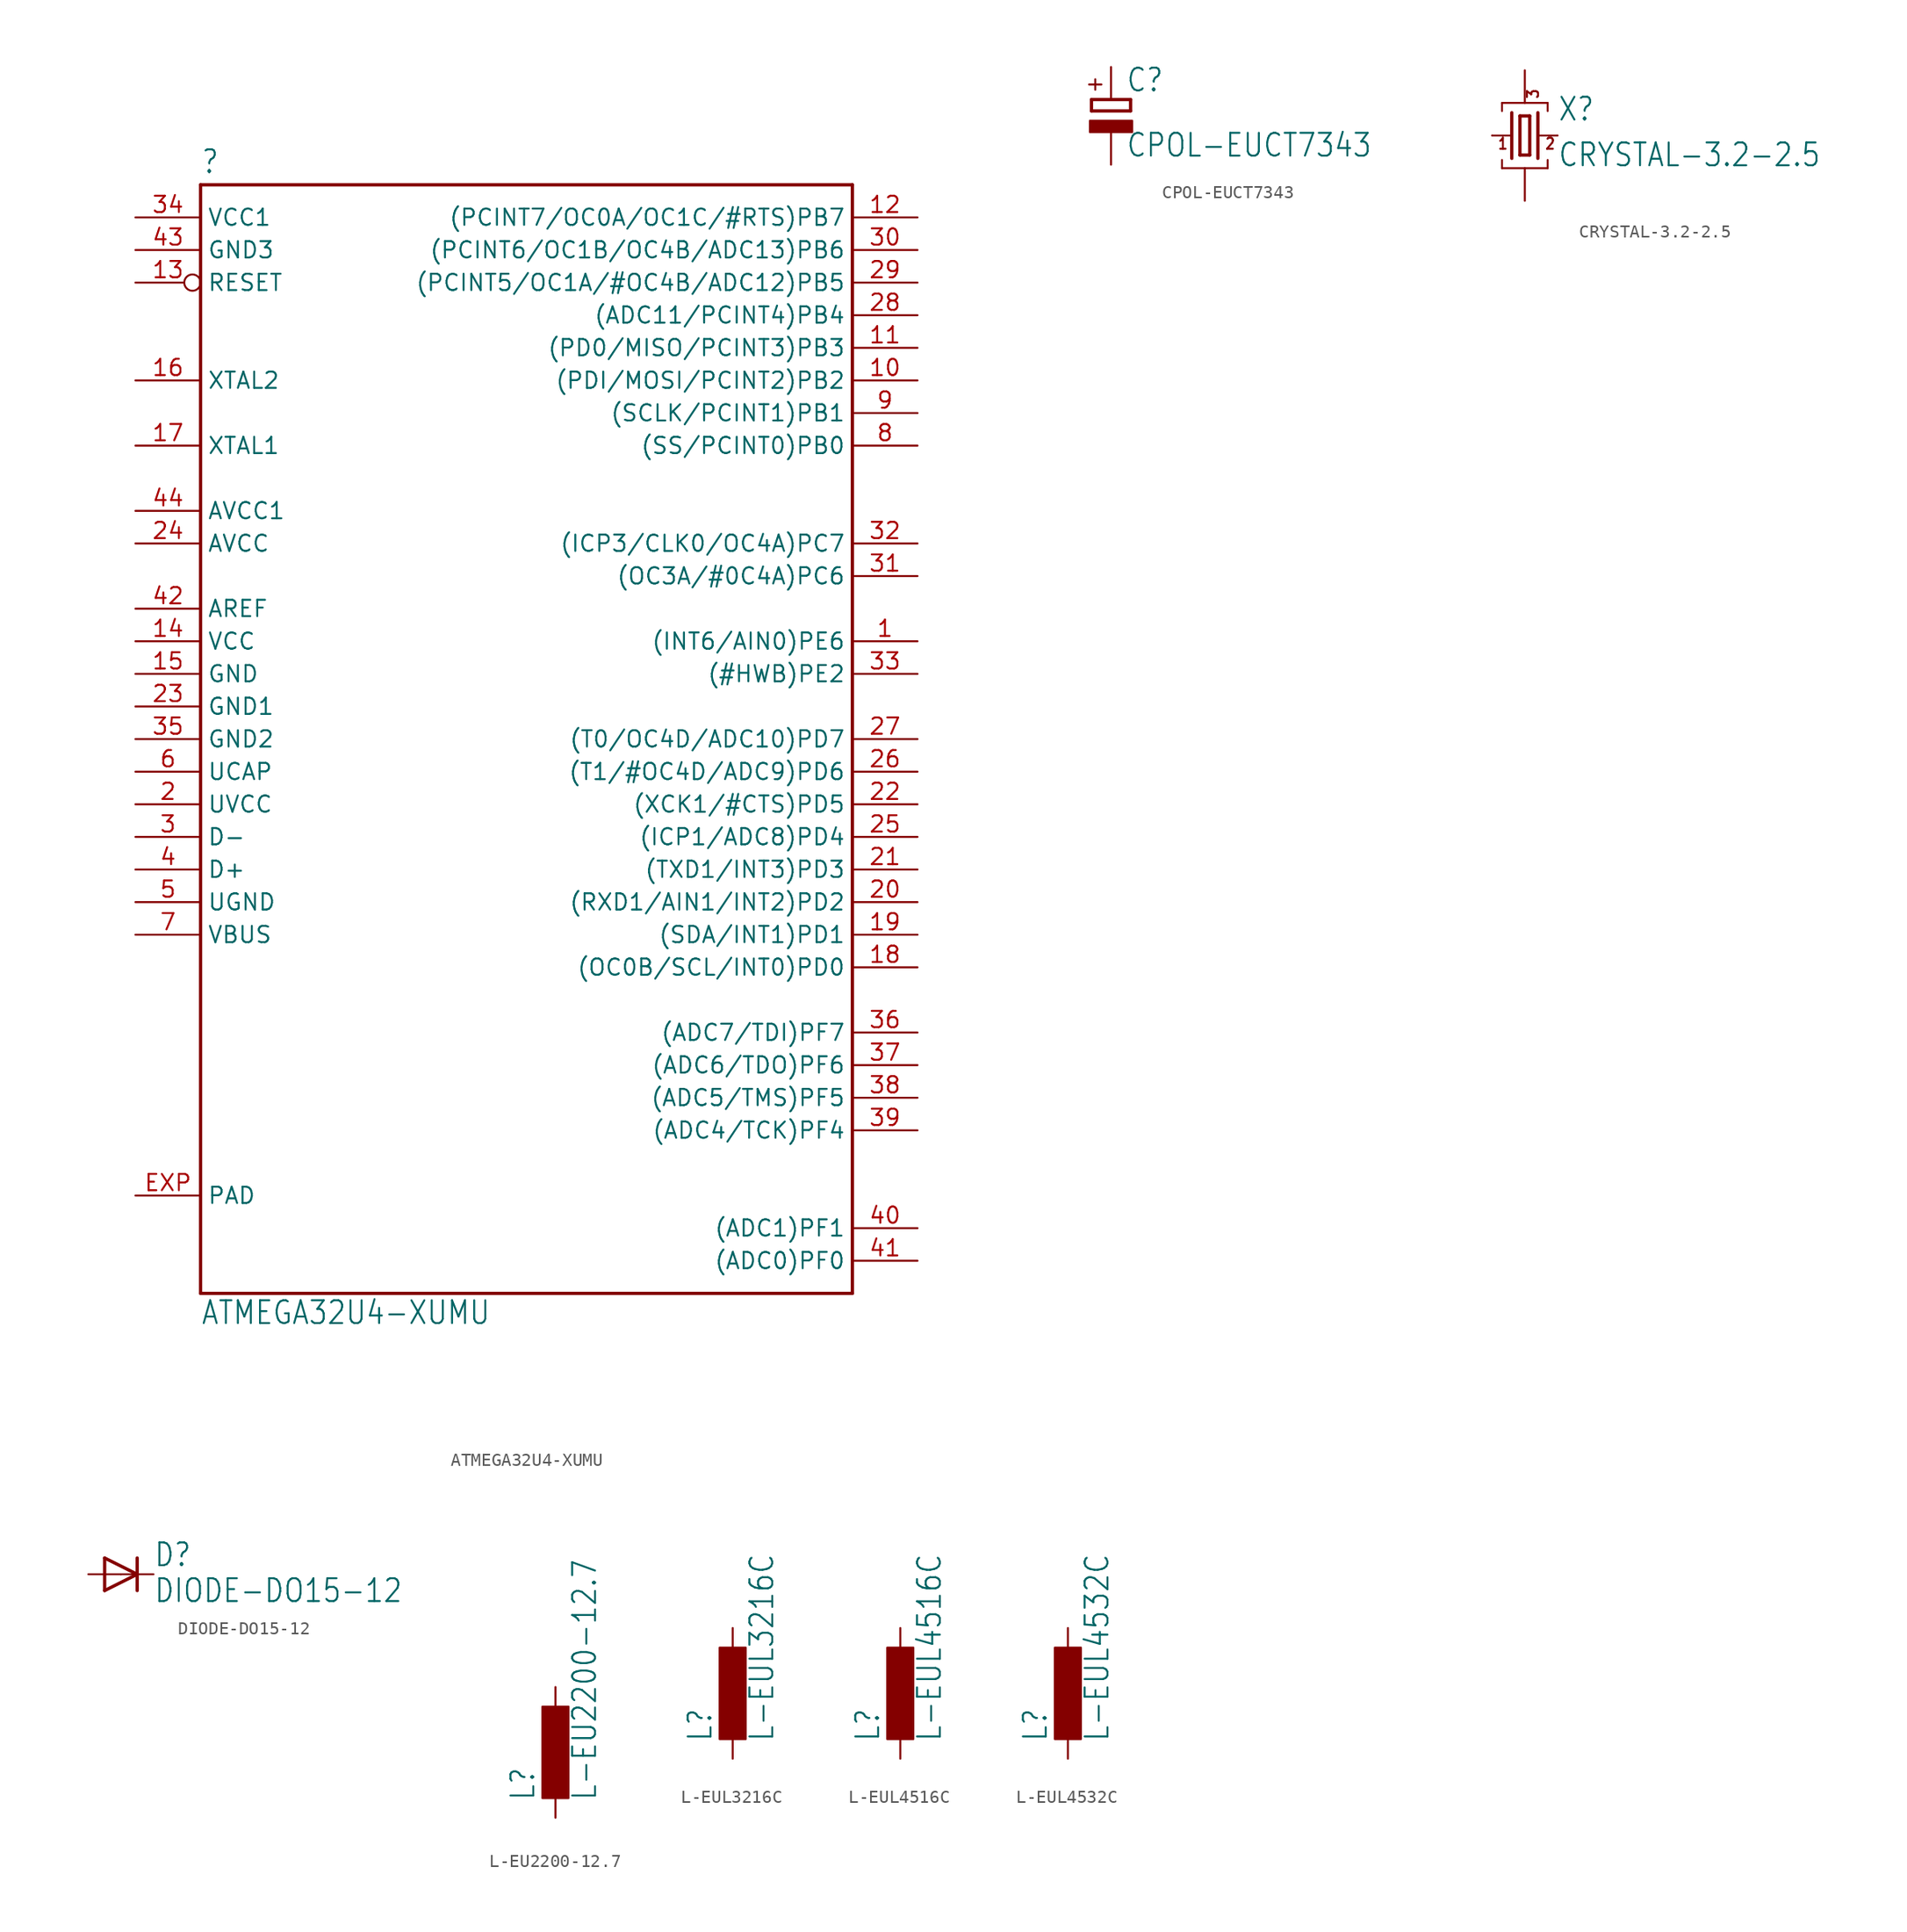
<source format=kicad_sym>
(kicad_symbol_lib
  (version 20211014)
  (generator kicad_symbol_editor)
  (symbol "ATMEGA32U4-XUMU"
    (property "Reference" ""
      (at -20.32 26.162 0)
      (effects (font (size 1.778 1.511)) (justify left bottom)))
    (property "Value" "ATMEGA32U4-XUMU"
      (at -20.32 -63.5 0)
      (effects (font (size 1.778 1.511)) (justify left bottom)))
    (property "ki_locked" ""
      (at 0 0 0)
      (effects (font (size 1.27 1.27))))
    (symbol "ATMEGA32U4-XUMU_1_0"
      (polyline (pts (xy -20.32 -60.96) (xy -20.32 25.4)) (stroke (width 0.254) (type default) (color 0 0 0 0)) (fill (type none)))
      (polyline (pts (xy -20.32 25.4) (xy 30.48 25.4)) (stroke (width 0.254) (type default) (color 0 0 0 0)) (fill (type none)))
      (polyline (pts (xy 30.48 -60.96) (xy -20.32 -60.96)) (stroke (width 0.254) (type default) (color 0 0 0 0)) (fill (type none)))
      (polyline (pts (xy 30.48 25.4) (xy 30.48 -60.96)) (stroke (width 0.254) (type default) (color 0 0 0 0)) (fill (type none)))
      (pin bidirectional line (at 35.56 -10.16 180) (length 5.08) (name "(INT6/AIN0)PE6" (effects (font (size 1.27 1.27)))) (number "1" (effects (font (size 1.27 1.27)))))
      (pin bidirectional line (at 35.56 10.16 180) (length 5.08) (name "(PDI/MOSI/PCINT2)PB2" (effects (font (size 1.27 1.27)))) (number "10" (effects (font (size 1.27 1.27)))))
      (pin bidirectional line (at 35.56 12.7 180) (length 5.08) (name "(PD0/MISO/PCINT3)PB3" (effects (font (size 1.27 1.27)))) (number "11" (effects (font (size 1.27 1.27)))))
      (pin bidirectional line (at 35.56 22.86 180) (length 5.08) (name "(PCINT7/OC0A/OC1C/#RTS)PB7" (effects (font (size 1.27 1.27)))) (number "12" (effects (font (size 1.27 1.27)))))
      (pin input inverted (at -25.4 17.78 0) (length 5.08) (name "RESET" (effects (font (size 1.27 1.27)))) (number "13" (effects (font (size 1.27 1.27)))))
      (pin power_in line (at -25.4 -10.16 0) (length 5.08) (name "VCC" (effects (font (size 1.27 1.27)))) (number "14" (effects (font (size 1.27 1.27)))))
      (pin power_in line (at -25.4 -12.7 0) (length 5.08) (name "GND" (effects (font (size 1.27 1.27)))) (number "15" (effects (font (size 1.27 1.27)))))
      (pin bidirectional line (at -25.4 10.16 0) (length 5.08) (name "XTAL2" (effects (font (size 1.27 1.27)))) (number "16" (effects (font (size 1.27 1.27)))))
      (pin bidirectional line (at -25.4 5.08 0) (length 5.08) (name "XTAL1" (effects (font (size 1.27 1.27)))) (number "17" (effects (font (size 1.27 1.27)))))
      (pin bidirectional line (at 35.56 -35.56 180) (length 5.08) (name "(OC0B/SCL/INT0)PD0" (effects (font (size 1.27 1.27)))) (number "18" (effects (font (size 1.27 1.27)))))
      (pin bidirectional line (at 35.56 -33.02 180) (length 5.08) (name "(SDA/INT1)PD1" (effects (font (size 1.27 1.27)))) (number "19" (effects (font (size 1.27 1.27)))))
      (pin power_in line (at -25.4 -22.86 0) (length 5.08) (name "UVCC" (effects (font (size 1.27 1.27)))) (number "2" (effects (font (size 1.27 1.27)))))
      (pin bidirectional line (at 35.56 -30.48 180) (length 5.08) (name "(RXD1/AIN1/INT2)PD2" (effects (font (size 1.27 1.27)))) (number "20" (effects (font (size 1.27 1.27)))))
      (pin bidirectional line (at 35.56 -27.94 180) (length 5.08) (name "(TXD1/INT3)PD3" (effects (font (size 1.27 1.27)))) (number "21" (effects (font (size 1.27 1.27)))))
      (pin bidirectional line (at 35.56 -22.86 180) (length 5.08) (name "(XCK1/#CTS)PD5" (effects (font (size 1.27 1.27)))) (number "22" (effects (font (size 1.27 1.27)))))
      (pin power_in line (at -25.4 -15.24 0) (length 5.08) (name "GND1" (effects (font (size 1.27 1.27)))) (number "23" (effects (font (size 1.27 1.27)))))
      (pin power_in line (at -25.4 -2.54 0) (length 5.08) (name "AVCC" (effects (font (size 1.27 1.27)))) (number "24" (effects (font (size 1.27 1.27)))))
      (pin bidirectional line (at 35.56 -25.4 180) (length 5.08) (name "(ICP1/ADC8)PD4" (effects (font (size 1.27 1.27)))) (number "25" (effects (font (size 1.27 1.27)))))
      (pin bidirectional line (at 35.56 -20.32 180) (length 5.08) (name "(T1/#OC4D/ADC9)PD6" (effects (font (size 1.27 1.27)))) (number "26" (effects (font (size 1.27 1.27)))))
      (pin bidirectional line (at 35.56 -17.78 180) (length 5.08) (name "(T0/OC4D/ADC10)PD7" (effects (font (size 1.27 1.27)))) (number "27" (effects (font (size 1.27 1.27)))))
      (pin bidirectional line (at 35.56 15.24 180) (length 5.08) (name "(ADC11/PCINT4)PB4" (effects (font (size 1.27 1.27)))) (number "28" (effects (font (size 1.27 1.27)))))
      (pin bidirectional line (at 35.56 17.78 180) (length 5.08) (name "(PCINT5/OC1A/#OC4B/ADC12)PB5" (effects (font (size 1.27 1.27)))) (number "29" (effects (font (size 1.27 1.27)))))
      (pin bidirectional line (at -25.4 -25.4 0) (length 5.08) (name "D-" (effects (font (size 1.27 1.27)))) (number "3" (effects (font (size 1.27 1.27)))))
      (pin bidirectional line (at 35.56 20.32 180) (length 5.08) (name "(PCINT6/OC1B/OC4B/ADC13)PB6" (effects (font (size 1.27 1.27)))) (number "30" (effects (font (size 1.27 1.27)))))
      (pin bidirectional line (at 35.56 -5.08 180) (length 5.08) (name "(OC3A/#0C4A)PC6" (effects (font (size 1.27 1.27)))) (number "31" (effects (font (size 1.27 1.27)))))
      (pin bidirectional line (at 35.56 -2.54 180) (length 5.08) (name "(ICP3/CLK0/OC4A)PC7" (effects (font (size 1.27 1.27)))) (number "32" (effects (font (size 1.27 1.27)))))
      (pin bidirectional line (at 35.56 -12.7 180) (length 5.08) (name "(#HWB)PE2" (effects (font (size 1.27 1.27)))) (number "33" (effects (font (size 1.27 1.27)))))
      (pin power_in line (at -25.4 22.86 0) (length 5.08) (name "VCC1" (effects (font (size 1.27 1.27)))) (number "34" (effects (font (size 1.27 1.27)))))
      (pin power_in line (at -25.4 -17.78 0) (length 5.08) (name "GND2" (effects (font (size 1.27 1.27)))) (number "35" (effects (font (size 1.27 1.27)))))
      (pin bidirectional line (at 35.56 -40.64 180) (length 5.08) (name "(ADC7/TDI)PF7" (effects (font (size 1.27 1.27)))) (number "36" (effects (font (size 1.27 1.27)))))
      (pin bidirectional line (at 35.56 -43.18 180) (length 5.08) (name "(ADC6/TDO)PF6" (effects (font (size 1.27 1.27)))) (number "37" (effects (font (size 1.27 1.27)))))
      (pin bidirectional line (at 35.56 -45.72 180) (length 5.08) (name "(ADC5/TMS)PF5" (effects (font (size 1.27 1.27)))) (number "38" (effects (font (size 1.27 1.27)))))
      (pin bidirectional line (at 35.56 -48.26 180) (length 5.08) (name "(ADC4/TCK)PF4" (effects (font (size 1.27 1.27)))) (number "39" (effects (font (size 1.27 1.27)))))
      (pin bidirectional line (at -25.4 -27.94 0) (length 5.08) (name "D+" (effects (font (size 1.27 1.27)))) (number "4" (effects (font (size 1.27 1.27)))))
      (pin bidirectional line (at 35.56 -55.88 180) (length 5.08) (name "(ADC1)PF1" (effects (font (size 1.27 1.27)))) (number "40" (effects (font (size 1.27 1.27)))))
      (pin bidirectional line (at 35.56 -58.42 180) (length 5.08) (name "(ADC0)PF0" (effects (font (size 1.27 1.27)))) (number "41" (effects (font (size 1.27 1.27)))))
      (pin power_in line (at -25.4 -7.62 0) (length 5.08) (name "AREF" (effects (font (size 1.27 1.27)))) (number "42" (effects (font (size 1.27 1.27)))))
      (pin power_in line (at -25.4 20.32 0) (length 5.08) (name "GND3" (effects (font (size 1.27 1.27)))) (number "43" (effects (font (size 1.27 1.27)))))
      (pin power_in line (at -25.4 0 0) (length 5.08) (name "AVCC1" (effects (font (size 1.27 1.27)))) (number "44" (effects (font (size 1.27 1.27)))))
      (pin power_in line (at -25.4 -30.48 0) (length 5.08) (name "UGND" (effects (font (size 1.27 1.27)))) (number "5" (effects (font (size 1.27 1.27)))))
      (pin passive line (at -25.4 -20.32 0) (length 5.08) (name "UCAP" (effects (font (size 1.27 1.27)))) (number "6" (effects (font (size 1.27 1.27)))))
      (pin input line (at -25.4 -33.02 0) (length 5.08) (name "VBUS" (effects (font (size 1.27 1.27)))) (number "7" (effects (font (size 1.27 1.27)))))
      (pin bidirectional line (at 35.56 5.08 180) (length 5.08) (name "(SS/PCINT0)PB0" (effects (font (size 1.27 1.27)))) (number "8" (effects (font (size 1.27 1.27)))))
      (pin bidirectional line (at 35.56 7.62 180) (length 5.08) (name "(SCLK/PCINT1)PB1" (effects (font (size 1.27 1.27)))) (number "9" (effects (font (size 1.27 1.27)))))
      (pin power_in line (at -25.4 -53.34 0) (length 5.08) (name "PAD" (effects (font (size 1.27 1.27)))) (number "EXP" (effects (font (size 1.27 1.27)))))))
  (symbol "CPOL-EUCT7343"
    (property "Reference" "C"
      (at 1.143 0.483 0)
      (effects (font (size 1.778 1.511)) (justify left bottom)))
    (property "Value" "CPOL-EUCT7343"
      (at 1.143 -4.597 0)
      (effects (font (size 1.778 1.511)) (justify left bottom)))
    (property "ki_locked" ""
      (at 0 0 0)
      (effects (font (size 1.27 1.27))))
    (symbol "CPOL-EUCT7343_1_0"
      (rectangle (start -1.651 -2.54) (end 1.651 -1.651) (stroke (width 0) (type default) (color 0 0 0 0)) (fill (type outline)))
      (polyline (pts (xy -1.524 -0.889) (xy 1.524 -0.889)) (stroke (width 0.254) (type default) (color 0 0 0 0)) (fill (type none)))
      (polyline (pts (xy -1.524 0) (xy -1.524 -0.889)) (stroke (width 0.254) (type default) (color 0 0 0 0)) (fill (type none)))
      (polyline (pts (xy -1.524 0) (xy 1.524 0)) (stroke (width 0.254) (type default) (color 0 0 0 0)) (fill (type none)))
      (polyline (pts (xy 1.524 -0.889) (xy 1.524 0)) (stroke (width 0.254) (type default) (color 0 0 0 0)) (fill (type none)))
      (text "+" (at -0.584 0.406 900) (effects (font (size 1.27 1.079)) (justify left bottom)))
      (pin passive line (at 0 2.54 270) (length 2.54) (name "+" (effects (font (size 0 0)))) (number "+" (effects (font (size 0 0)))))
      (pin passive line (at 0 -5.08 90) (length 2.54) (name "-" (effects (font (size 0 0)))) (number "-" (effects (font (size 0 0)))))))
  (symbol "CRYSTAL-3.2-2.5"
    (property "Reference" "X"
      (at 2.54 1.016 0)
      (effects (font (size 1.778 1.511)) (justify left bottom)))
    (property "Value" "CRYSTAL-3.2-2.5"
      (at 2.54 -2.54 0)
      (effects (font (size 1.778 1.511)) (justify left bottom)))
    (property "ki_locked" ""
      (at 0 0 0)
      (effects (font (size 1.27 1.27))))
    (symbol "CRYSTAL-3.2-2.5_1_0"
      (polyline (pts (xy -2.54 0) (xy -1.016 0)) (stroke (width 0.152) (type default) (color 0 0 0 0)) (fill (type none)))
      (polyline (pts (xy -1.778 -2.54) (xy -1.778 -1.905)) (stroke (width 0.152) (type default) (color 0 0 0 0)) (fill (type none)))
      (polyline (pts (xy -1.778 -2.54) (xy 1.778 -2.54)) (stroke (width 0.152) (type default) (color 0 0 0 0)) (fill (type none)))
      (polyline (pts (xy -1.778 1.905) (xy -1.778 2.54)) (stroke (width 0.152) (type default) (color 0 0 0 0)) (fill (type none)))
      (polyline (pts (xy -1.778 2.54) (xy 1.778 2.54)) (stroke (width 0.152) (type default) (color 0 0 0 0)) (fill (type none)))
      (polyline (pts (xy -1.016 1.778) (xy -1.016 -1.778)) (stroke (width 0.254) (type default) (color 0 0 0 0)) (fill (type none)))
      (polyline (pts (xy -0.381 -1.524) (xy 0.381 -1.524)) (stroke (width 0.254) (type default) (color 0 0 0 0)) (fill (type none)))
      (polyline (pts (xy -0.381 1.524) (xy -0.381 -1.524)) (stroke (width 0.254) (type default) (color 0 0 0 0)) (fill (type none)))
      (polyline (pts (xy 0.381 -1.524) (xy 0.381 1.524)) (stroke (width 0.254) (type default) (color 0 0 0 0)) (fill (type none)))
      (polyline (pts (xy 0.381 1.524) (xy -0.381 1.524)) (stroke (width 0.254) (type default) (color 0 0 0 0)) (fill (type none)))
      (polyline (pts (xy 1.016 0) (xy 2.54 0)) (stroke (width 0.152) (type default) (color 0 0 0 0)) (fill (type none)))
      (polyline (pts (xy 1.016 1.778) (xy 1.016 -1.778)) (stroke (width 0.254) (type default) (color 0 0 0 0)) (fill (type none)))
      (polyline (pts (xy 1.778 -1.905) (xy 1.778 -2.54)) (stroke (width 0.152) (type default) (color 0 0 0 0)) (fill (type none)))
      (polyline (pts (xy 1.778 2.54) (xy 1.778 1.905)) (stroke (width 0.152) (type default) (color 0 0 0 0)) (fill (type none)))
      (text "1" (at -2.159 -1.143 0) (effects (font (size 0.864 0.734)) (justify left bottom)))
      (text "2" (at 1.524 -1.143 0) (effects (font (size 0.864 0.734)) (justify left bottom)))
      (text "3" (at 1.143 2.794 900) (effects (font (size 0.864 0.734)) (justify left bottom)))
      (pin passive line (at -2.54 0 0) (length 0) (name "C1" (effects (font (size 0 0)))) (number "1" (effects (font (size 0 0)))))
      (pin passive line (at 0 -5.08 90) (length 2.54) (name "GND@1" (effects (font (size 0 0)))) (number "2" (effects (font (size 0 0)))))
      (pin passive line (at 2.54 0 180) (length 0) (name "C2" (effects (font (size 0 0)))) (number "3" (effects (font (size 0 0)))))
      (pin passive line (at 0 5.08 270) (length 2.54) (name "GND@2" (effects (font (size 0 0)))) (number "4" (effects (font (size 0 0)))))))
  (symbol "DIODE-DO15-12"
    (property "Reference" "D"
      (at 2.54 0.483 0)
      (effects (font (size 1.778 1.511)) (justify left bottom)))
    (property "Value" "DIODE-DO15-12"
      (at 2.54 -2.311 0)
      (effects (font (size 1.778 1.511)) (justify left bottom)))
    (property "ki_locked" ""
      (at 0 0 0)
      (effects (font (size 1.27 1.27))))
    (symbol "DIODE-DO15-12_1_0"
      (polyline (pts (xy -1.27 -1.27) (xy 1.27 0)) (stroke (width 0.254) (type default) (color 0 0 0 0)) (fill (type none)))
      (polyline (pts (xy -1.27 1.27) (xy -1.27 -1.27)) (stroke (width 0.254) (type default) (color 0 0 0 0)) (fill (type none)))
      (polyline (pts (xy 1.27 0) (xy -1.27 1.27)) (stroke (width 0.254) (type default) (color 0 0 0 0)) (fill (type none)))
      (polyline (pts (xy 1.27 0) (xy 1.27 -1.27)) (stroke (width 0.254) (type default) (color 0 0 0 0)) (fill (type none)))
      (polyline (pts (xy 1.27 1.27) (xy 1.27 0)) (stroke (width 0.254) (type default) (color 0 0 0 0)) (fill (type none)))
      (pin passive line (at -2.54 0 0) (length 2.54) (name "A" (effects (font (size 0 0)))) (number "A" (effects (font (size 0 0)))))
      (pin passive line (at 2.54 0 180) (length 2.54) (name "C" (effects (font (size 0 0)))) (number "C" (effects (font (size 0 0)))))))
  (symbol "L-EU2200-12.7"
    (property "Reference" "L"
      (at -1.499 -3.81 90)
      (effects (font (size 1.778 1.511)) (justify left bottom)))
    (property "Value" "L-EU2200-12.7"
      (at 3.302 -3.81 90)
      (effects (font (size 1.778 1.511)) (justify left bottom)))
    (property "ki_locked" ""
      (at 0 0 0)
      (effects (font (size 1.27 1.27))))
    (symbol "L-EU2200-12.7_1_0"
      (rectangle (start -1.016 -3.556) (end 1.016 3.556) (stroke (width 0) (type default) (color 0 0 0 0)) (fill (type outline)))
      (pin passive line (at 0 5.08 270) (length 2.54) (name "1" (effects (font (size 0 0)))) (number "1" (effects (font (size 0 0)))))
      (pin passive line (at 0 -5.08 90) (length 2.54) (name "2" (effects (font (size 0 0)))) (number "2" (effects (font (size 0 0)))))))
  (symbol "L-EUL3216C"
    (property "Reference" "L"
      (at -1.499 -3.81 90)
      (effects (font (size 1.778 1.511)) (justify left bottom)))
    (property "Value" "L-EUL3216C"
      (at 3.302 -3.81 90)
      (effects (font (size 1.778 1.511)) (justify left bottom)))
    (property "ki_locked" ""
      (at 0 0 0)
      (effects (font (size 1.27 1.27))))
    (symbol "L-EUL3216C_1_0"
      (rectangle (start -1.016 -3.556) (end 1.016 3.556) (stroke (width 0) (type default) (color 0 0 0 0)) (fill (type outline)))
      (pin passive line (at 0 5.08 270) (length 2.54) (name "1" (effects (font (size 0 0)))) (number "1" (effects (font (size 0 0)))))
      (pin passive line (at 0 -5.08 90) (length 2.54) (name "2" (effects (font (size 0 0)))) (number "2" (effects (font (size 0 0)))))))
  (symbol "L-EUL4516C"
    (property "Reference" "L"
      (at -1.499 -3.81 90)
      (effects (font (size 1.778 1.511)) (justify left bottom)))
    (property "Value" "L-EUL4516C"
      (at 3.302 -3.81 90)
      (effects (font (size 1.778 1.511)) (justify left bottom)))
    (property "ki_locked" ""
      (at 0 0 0)
      (effects (font (size 1.27 1.27))))
    (symbol "L-EUL4516C_1_0"
      (rectangle (start -1.016 -3.556) (end 1.016 3.556) (stroke (width 0) (type default) (color 0 0 0 0)) (fill (type outline)))
      (pin passive line (at 0 5.08 270) (length 2.54) (name "1" (effects (font (size 0 0)))) (number "1" (effects (font (size 0 0)))))
      (pin passive line (at 0 -5.08 90) (length 2.54) (name "2" (effects (font (size 0 0)))) (number "2" (effects (font (size 0 0)))))))
  (symbol "L-EUL4532C"
    (property "Reference" "L"
      (at -1.499 -3.81 90)
      (effects (font (size 1.778 1.511)) (justify left bottom)))
    (property "Value" "L-EUL4532C"
      (at 3.302 -3.81 90)
      (effects (font (size 1.778 1.511)) (justify left bottom)))
    (property "ki_locked" ""
      (at 0 0 0)
      (effects (font (size 1.27 1.27))))
    (symbol "L-EUL4532C_1_0"
      (rectangle (start -1.016 -3.556) (end 1.016 3.556) (stroke (width 0) (type default) (color 0 0 0 0)) (fill (type outline)))
      (pin passive line (at 0 5.08 270) (length 2.54) (name "1" (effects (font (size 0 0)))) (number "1" (effects (font (size 0 0)))))
      (pin passive line (at 0 -5.08 90) (length 2.54) (name "2" (effects (font (size 0 0)))) (number "2" (effects (font (size 0 0))))))))
</source>
